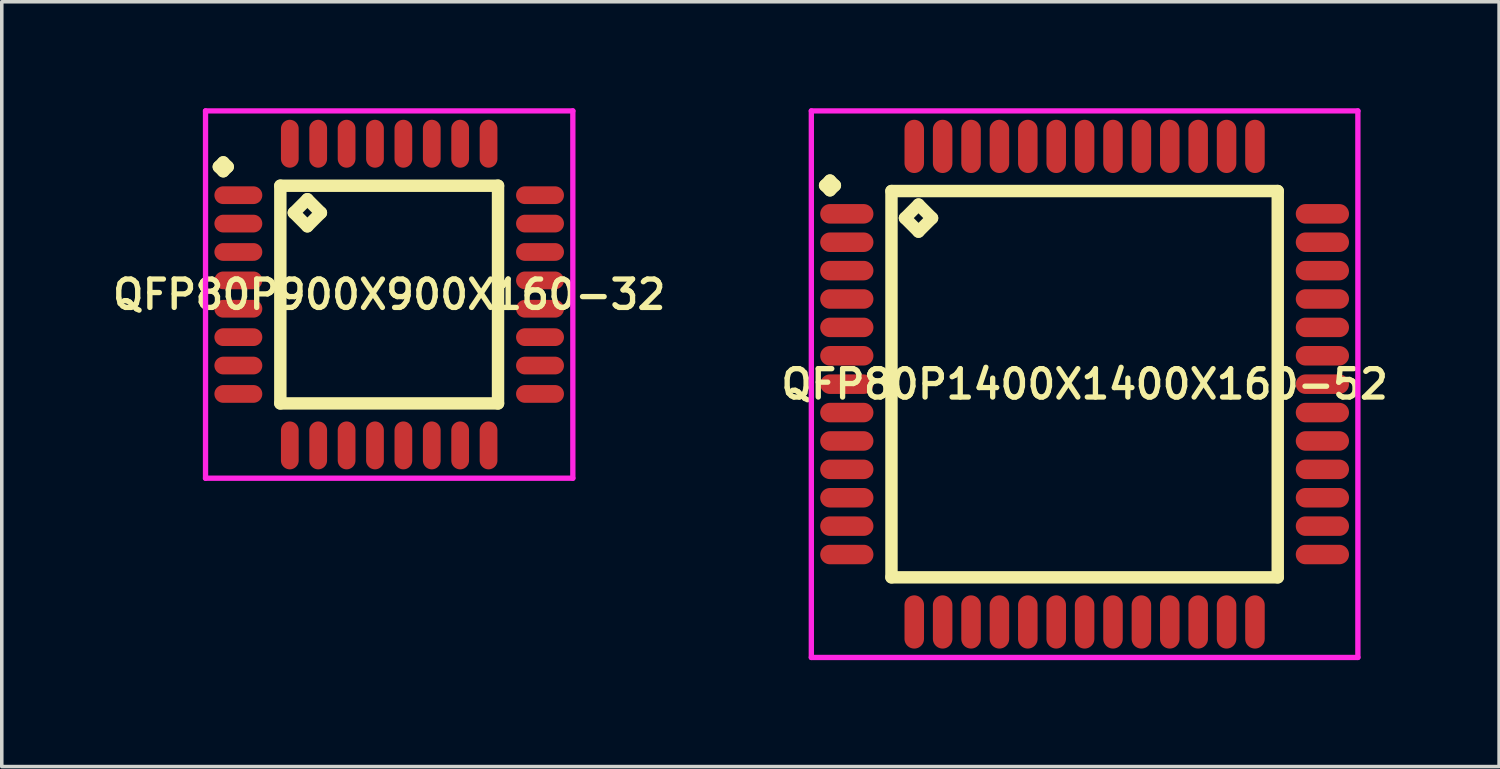
<source format=kicad_pcb>
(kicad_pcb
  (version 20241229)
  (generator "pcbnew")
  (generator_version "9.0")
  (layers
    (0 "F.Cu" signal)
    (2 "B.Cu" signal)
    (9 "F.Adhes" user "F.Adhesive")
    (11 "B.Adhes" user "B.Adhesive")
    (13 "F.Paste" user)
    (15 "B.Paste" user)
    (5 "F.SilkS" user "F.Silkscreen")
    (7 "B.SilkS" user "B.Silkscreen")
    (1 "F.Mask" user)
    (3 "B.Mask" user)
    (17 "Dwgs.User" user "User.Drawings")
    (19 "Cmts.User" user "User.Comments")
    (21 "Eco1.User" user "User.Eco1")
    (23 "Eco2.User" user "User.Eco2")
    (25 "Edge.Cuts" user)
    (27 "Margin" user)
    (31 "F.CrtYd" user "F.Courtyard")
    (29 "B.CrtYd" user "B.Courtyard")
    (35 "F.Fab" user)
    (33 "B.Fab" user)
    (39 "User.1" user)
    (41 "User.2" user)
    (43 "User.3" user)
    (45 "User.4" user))
  (footprint "QFP80P900X900X160-32"
    (layer "F.Cu")
    (at 7.916 5.25)
    (property "Reference" "QFP80P900X900X160-32" (at 0 0 0) (layer "F.SilkS") (effects (font (size 0.8 0.8) (thickness 0.15))))
    (attr smd)
    (fp_line (start -4.8 -3.6) (end -4.675 -3.725) (stroke (width 0.35) (type solid)) (layer "F.SilkS"))
    (fp_line (start -4.675 -3.725) (end -4.55 -3.6) (stroke (width 0.35) (type solid)) (layer "F.SilkS"))
    (fp_line (start -4.675 -3.475) (end -4.8 -3.6) (stroke (width 0.35) (type solid)) (layer "F.SilkS"))
    (fp_line (start -4.55 -3.6) (end -4.675 -3.475) (stroke (width 0.35) (type solid)) (layer "F.SilkS"))
    (fp_line (start -3.067 -3.067) (end -3.067 3.067) (stroke (width 0.35) (type solid)) (layer "F.SilkS"))
    (fp_line (start -3.067 3.067) (end 3.067 3.067) (stroke (width 0.35) (type solid)) (layer "F.SilkS"))
    (fp_line (start -2.686 -2.305) (end -2.305 -2.686) (stroke (width 0.35) (type solid)) (layer "F.SilkS"))
    (fp_line (start -2.305 -2.686) (end -1.924 -2.305) (stroke (width 0.35) (type solid)) (layer "F.SilkS"))
    (fp_line (start -2.305 -1.924) (end -2.686 -2.305) (stroke (width 0.35) (type solid)) (layer "F.SilkS"))
    (fp_line (start -1.924 -2.305) (end -2.305 -1.924) (stroke (width 0.35) (type solid)) (layer "F.SilkS"))
    (fp_line (start 3.067 -3.067) (end -3.067 -3.067) (stroke (width 0.35) (type solid)) (layer "F.SilkS"))
    (fp_line (start 3.067 3.067) (end 3.067 -3.067) (stroke (width 0.35) (type solid)) (layer "F.SilkS"))
    (fp_line (start -5.175 -5.175) (end 5.175 -5.175) (stroke (width 0.15) (type solid)) (layer "F.CrtYd"))
    (fp_line (start -5.175 5.175) (end -5.175 -5.175) (stroke (width 0.15) (type solid)) (layer "F.CrtYd"))
    (fp_line (start 5.175 -5.175) (end 5.175 5.175) (stroke (width 0.15) (type solid)) (layer "F.CrtYd"))
    (fp_line (start 5.175 5.175) (end -5.175 5.175) (stroke (width 0.15) (type solid)) (layer "F.CrtYd"))
    (pad "1" smd oval (at -4.25 -2.8) (size 1.35 0.5) (layers "F.Cu" "F.Mask" "F.Paste"))
    (pad "2" smd oval (at -4.25 -2) (size 1.35 0.5) (layers "F.Cu" "F.Mask" "F.Paste"))
    (pad "3" smd oval (at -4.25 -1.2) (size 1.35 0.5) (layers "F.Cu" "F.Mask" "F.Paste"))
    (pad "4" smd oval (at -4.25 -0.4) (size 1.35 0.5) (layers "F.Cu" "F.Mask" "F.Paste"))
    (pad "5" smd oval (at -4.25 0.4) (size 1.35 0.5) (layers "F.Cu" "F.Mask" "F.Paste"))
    (pad "6" smd oval (at -4.25 1.2) (size 1.35 0.5) (layers "F.Cu" "F.Mask" "F.Paste"))
    (pad "7" smd oval (at -4.25 2) (size 1.35 0.5) (layers "F.Cu" "F.Mask" "F.Paste"))
    (pad "8" smd oval (at -4.25 2.8) (size 1.35 0.5) (layers "F.Cu" "F.Mask" "F.Paste"))
    (pad "9" smd oval (at -2.8 4.25) (size 0.5 1.35) (layers "F.Cu" "F.Mask" "F.Paste"))
    (pad "10" smd oval (at -2 4.25) (size 0.5 1.35) (layers "F.Cu" "F.Mask" "F.Paste"))
    (pad "11" smd oval (at -1.2 4.25) (size 0.5 1.35) (layers "F.Cu" "F.Mask" "F.Paste"))
    (pad "12" smd oval (at -0.4 4.25) (size 0.5 1.35) (layers "F.Cu" "F.Mask" "F.Paste"))
    (pad "13" smd oval (at 0.4 4.25) (size 0.5 1.35) (layers "F.Cu" "F.Mask" "F.Paste"))
    (pad "14" smd oval (at 1.2 4.25) (size 0.5 1.35) (layers "F.Cu" "F.Mask" "F.Paste"))
    (pad "15" smd oval (at 2 4.25) (size 0.5 1.35) (layers "F.Cu" "F.Mask" "F.Paste"))
    (pad "16" smd oval (at 2.8 4.25) (size 0.5 1.35) (layers "F.Cu" "F.Mask" "F.Paste"))
    (pad "17" smd oval (at 4.25 2.8) (size 1.35 0.5) (layers "F.Cu" "F.Mask" "F.Paste"))
    (pad "18" smd oval (at 4.25 2) (size 1.35 0.5) (layers "F.Cu" "F.Mask" "F.Paste"))
    (pad "19" smd oval (at 4.25 1.2) (size 1.35 0.5) (layers "F.Cu" "F.Mask" "F.Paste"))
    (pad "20" smd oval (at 4.25 0.4) (size 1.35 0.5) (layers "F.Cu" "F.Mask" "F.Paste"))
    (pad "21" smd oval (at 4.25 -0.4) (size 1.35 0.5) (layers "F.Cu" "F.Mask" "F.Paste"))
    (pad "22" smd oval (at 4.25 -1.2) (size 1.35 0.5) (layers "F.Cu" "F.Mask" "F.Paste"))
    (pad "23" smd oval (at 4.25 -2) (size 1.35 0.5) (layers "F.Cu" "F.Mask" "F.Paste"))
    (pad "24" smd oval (at 4.25 -2.8) (size 1.35 0.5) (layers "F.Cu" "F.Mask" "F.Paste"))
    (pad "25" smd oval (at 2.8 -4.25) (size 0.5 1.35) (layers "F.Cu" "F.Mask" "F.Paste"))
    (pad "26" smd oval (at 2 -4.25) (size 0.5 1.35) (layers "F.Cu" "F.Mask" "F.Paste"))
    (pad "27" smd oval (at 1.2 -4.25) (size 0.5 1.35) (layers "F.Cu" "F.Mask" "F.Paste"))
    (pad "28" smd oval (at 0.4 -4.25) (size 0.5 1.35) (layers "F.Cu" "F.Mask" "F.Paste"))
    (pad "29" smd oval (at -0.4 -4.25) (size 0.5 1.35) (layers "F.Cu" "F.Mask" "F.Paste"))
    (pad "30" smd oval (at -1.2 -4.25) (size 0.5 1.35) (layers "F.Cu" "F.Mask" "F.Paste"))
    (pad "31" smd oval (at -2 -4.25) (size 0.5 1.35) (layers "F.Cu" "F.Mask" "F.Paste"))
    (pad "32" smd oval (at -2.8 -4.25) (size 0.5 1.35) (layers "F.Cu" "F.Mask" "F.Paste")))
  (footprint "QFP80P1400X1400X160-52"
    (layer "F.Cu")
    (at 27.511 7.775)
    (property "Reference" "QFP80P1400X1400X160-52" (at 0 0 0) (layer "F.SilkS") (effects (font (size 0.8 0.8) (thickness 0.15))))
    (attr smd)
    (fp_line (start -7.312 -5.6) (end -7.175 -5.737) (stroke (width 0.35) (type solid)) (layer "F.SilkS"))
    (fp_line (start -7.175 -5.737) (end -7.037 -5.6) (stroke (width 0.35) (type solid)) (layer "F.SilkS"))
    (fp_line (start -7.175 -5.463) (end -7.312 -5.6) (stroke (width 0.35) (type solid)) (layer "F.SilkS"))
    (fp_line (start -7.037 -5.6) (end -7.175 -5.463) (stroke (width 0.35) (type solid)) (layer "F.SilkS"))
    (fp_line (start -5.442 -5.442) (end -5.442 5.442) (stroke (width 0.35) (type solid)) (layer "F.SilkS"))
    (fp_line (start -5.442 5.442) (end 5.442 5.442) (stroke (width 0.35) (type solid)) (layer "F.SilkS"))
    (fp_line (start -5.061 -4.68) (end -4.68 -5.061) (stroke (width 0.35) (type solid)) (layer "F.SilkS"))
    (fp_line (start -4.68 -5.061) (end -4.299 -4.68) (stroke (width 0.35) (type solid)) (layer "F.SilkS"))
    (fp_line (start -4.68 -4.299) (end -5.061 -4.68) (stroke (width 0.35) (type solid)) (layer "F.SilkS"))
    (fp_line (start -4.299 -4.68) (end -4.68 -4.299) (stroke (width 0.35) (type solid)) (layer "F.SilkS"))
    (fp_line (start 5.442 -5.442) (end -5.442 -5.442) (stroke (width 0.35) (type solid)) (layer "F.SilkS"))
    (fp_line (start 5.442 5.442) (end 5.442 -5.442) (stroke (width 0.35) (type solid)) (layer "F.SilkS"))
    (fp_line (start -7.7 -7.7) (end 7.7 -7.7) (stroke (width 0.15) (type solid)) (layer "F.CrtYd"))
    (fp_line (start -7.7 7.7) (end -7.7 -7.7) (stroke (width 0.15) (type solid)) (layer "F.CrtYd"))
    (fp_line (start 7.7 -7.7) (end 7.7 7.7) (stroke (width 0.15) (type solid)) (layer "F.CrtYd"))
    (fp_line (start 7.7 7.7) (end -7.7 7.7) (stroke (width 0.15) (type solid)) (layer "F.CrtYd"))
    (pad "1" smd oval (at -6.7 -4.8) (size 1.5 0.55) (layers "F.Cu" "F.Mask" "F.Paste"))
    (pad "2" smd oval (at -6.7 -4) (size 1.5 0.55) (layers "F.Cu" "F.Mask" "F.Paste"))
    (pad "3" smd oval (at -6.7 -3.2) (size 1.5 0.55) (layers "F.Cu" "F.Mask" "F.Paste"))
    (pad "4" smd oval (at -6.7 -2.4) (size 1.5 0.55) (layers "F.Cu" "F.Mask" "F.Paste"))
    (pad "5" smd oval (at -6.7 -1.6) (size 1.5 0.55) (layers "F.Cu" "F.Mask" "F.Paste"))
    (pad "6" smd oval (at -6.7 -0.8) (size 1.5 0.55) (layers "F.Cu" "F.Mask" "F.Paste"))
    (pad "7" smd oval (at -6.7 0) (size 1.5 0.55) (layers "F.Cu" "F.Mask" "F.Paste"))
    (pad "8" smd oval (at -6.7 0.8) (size 1.5 0.55) (layers "F.Cu" "F.Mask" "F.Paste"))
    (pad "9" smd oval (at -6.7 1.6) (size 1.5 0.55) (layers "F.Cu" "F.Mask" "F.Paste"))
    (pad "10" smd oval (at -6.7 2.4) (size 1.5 0.55) (layers "F.Cu" "F.Mask" "F.Paste"))
    (pad "11" smd oval (at -6.7 3.2) (size 1.5 0.55) (layers "F.Cu" "F.Mask" "F.Paste"))
    (pad "12" smd oval (at -6.7 4) (size 1.5 0.55) (layers "F.Cu" "F.Mask" "F.Paste"))
    (pad "13" smd oval (at -6.7 4.8) (size 1.5 0.55) (layers "F.Cu" "F.Mask" "F.Paste"))
    (pad "14" smd oval (at -4.8 6.7) (size 0.55 1.5) (layers "F.Cu" "F.Mask" "F.Paste"))
    (pad "15" smd oval (at -4 6.7) (size 0.55 1.5) (layers "F.Cu" "F.Mask" "F.Paste"))
    (pad "16" smd oval (at -3.2 6.7) (size 0.55 1.5) (layers "F.Cu" "F.Mask" "F.Paste"))
    (pad "17" smd oval (at -2.4 6.7) (size 0.55 1.5) (layers "F.Cu" "F.Mask" "F.Paste"))
    (pad "18" smd oval (at -1.6 6.7) (size 0.55 1.5) (layers "F.Cu" "F.Mask" "F.Paste"))
    (pad "19" smd oval (at -0.8 6.7) (size 0.55 1.5) (layers "F.Cu" "F.Mask" "F.Paste"))
    (pad "20" smd oval (at 0 6.7) (size 0.55 1.5) (layers "F.Cu" "F.Mask" "F.Paste"))
    (pad "21" smd oval (at 0.8 6.7) (size 0.55 1.5) (layers "F.Cu" "F.Mask" "F.Paste"))
    (pad "22" smd oval (at 1.6 6.7) (size 0.55 1.5) (layers "F.Cu" "F.Mask" "F.Paste"))
    (pad "23" smd oval (at 2.4 6.7) (size 0.55 1.5) (layers "F.Cu" "F.Mask" "F.Paste"))
    (pad "24" smd oval (at 3.2 6.7) (size 0.55 1.5) (layers "F.Cu" "F.Mask" "F.Paste"))
    (pad "25" smd oval (at 4 6.7) (size 0.55 1.5) (layers "F.Cu" "F.Mask" "F.Paste"))
    (pad "26" smd oval (at 4.8 6.7) (size 0.55 1.5) (layers "F.Cu" "F.Mask" "F.Paste"))
    (pad "27" smd oval (at 6.7 4.8) (size 1.5 0.55) (layers "F.Cu" "F.Mask" "F.Paste"))
    (pad "28" smd oval (at 6.7 4) (size 1.5 0.55) (layers "F.Cu" "F.Mask" "F.Paste"))
    (pad "29" smd oval (at 6.7 3.2) (size 1.5 0.55) (layers "F.Cu" "F.Mask" "F.Paste"))
    (pad "30" smd oval (at 6.7 2.4) (size 1.5 0.55) (layers "F.Cu" "F.Mask" "F.Paste"))
    (pad "31" smd oval (at 6.7 1.6) (size 1.5 0.55) (layers "F.Cu" "F.Mask" "F.Paste"))
    (pad "32" smd oval (at 6.7 0.8) (size 1.5 0.55) (layers "F.Cu" "F.Mask" "F.Paste"))
    (pad "33" smd oval (at 6.7 0) (size 1.5 0.55) (layers "F.Cu" "F.Mask" "F.Paste"))
    (pad "34" smd oval (at 6.7 -0.8) (size 1.5 0.55) (layers "F.Cu" "F.Mask" "F.Paste"))
    (pad "35" smd oval (at 6.7 -1.6) (size 1.5 0.55) (layers "F.Cu" "F.Mask" "F.Paste"))
    (pad "36" smd oval (at 6.7 -2.4) (size 1.5 0.55) (layers "F.Cu" "F.Mask" "F.Paste"))
    (pad "37" smd oval (at 6.7 -3.2) (size 1.5 0.55) (layers "F.Cu" "F.Mask" "F.Paste"))
    (pad "38" smd oval (at 6.7 -4) (size 1.5 0.55) (layers "F.Cu" "F.Mask" "F.Paste"))
    (pad "39" smd oval (at 6.7 -4.8) (size 1.5 0.55) (layers "F.Cu" "F.Mask" "F.Paste"))
    (pad "40" smd oval (at 4.8 -6.7) (size 0.55 1.5) (layers "F.Cu" "F.Mask" "F.Paste"))
    (pad "41" smd oval (at 4 -6.7) (size 0.55 1.5) (layers "F.Cu" "F.Mask" "F.Paste"))
    (pad "42" smd oval (at 3.2 -6.7) (size 0.55 1.5) (layers "F.Cu" "F.Mask" "F.Paste"))
    (pad "43" smd oval (at 2.4 -6.7) (size 0.55 1.5) (layers "F.Cu" "F.Mask" "F.Paste"))
    (pad "44" smd oval (at 1.6 -6.7) (size 0.55 1.5) (layers "F.Cu" "F.Mask" "F.Paste"))
    (pad "45" smd oval (at 0.8 -6.7) (size 0.55 1.5) (layers "F.Cu" "F.Mask" "F.Paste"))
    (pad "46" smd oval (at 0 -6.7) (size 0.55 1.5) (layers "F.Cu" "F.Mask" "F.Paste"))
    (pad "47" smd oval (at -0.8 -6.7) (size 0.55 1.5) (layers "F.Cu" "F.Mask" "F.Paste"))
    (pad "48" smd oval (at -1.6 -6.7) (size 0.55 1.5) (layers "F.Cu" "F.Mask" "F.Paste"))
    (pad "49" smd oval (at -2.4 -6.7) (size 0.55 1.5) (layers "F.Cu" "F.Mask" "F.Paste"))
    (pad "50" smd oval (at -3.2 -6.7) (size 0.55 1.5) (layers "F.Cu" "F.Mask" "F.Paste"))
    (pad "51" smd oval (at -4 -6.7) (size 0.55 1.5) (layers "F.Cu" "F.Mask" "F.Paste"))
    (pad "52" smd oval (at -4.8 -6.7) (size 0.55 1.5) (layers "F.Cu" "F.Mask" "F.Paste")))
  (gr_rect
    (start -3 -3)
    (end 39.19 18.55)
    (stroke (width 0.1) (type default))
    (fill no)
    (layer "Edge.Cuts")))
</source>
